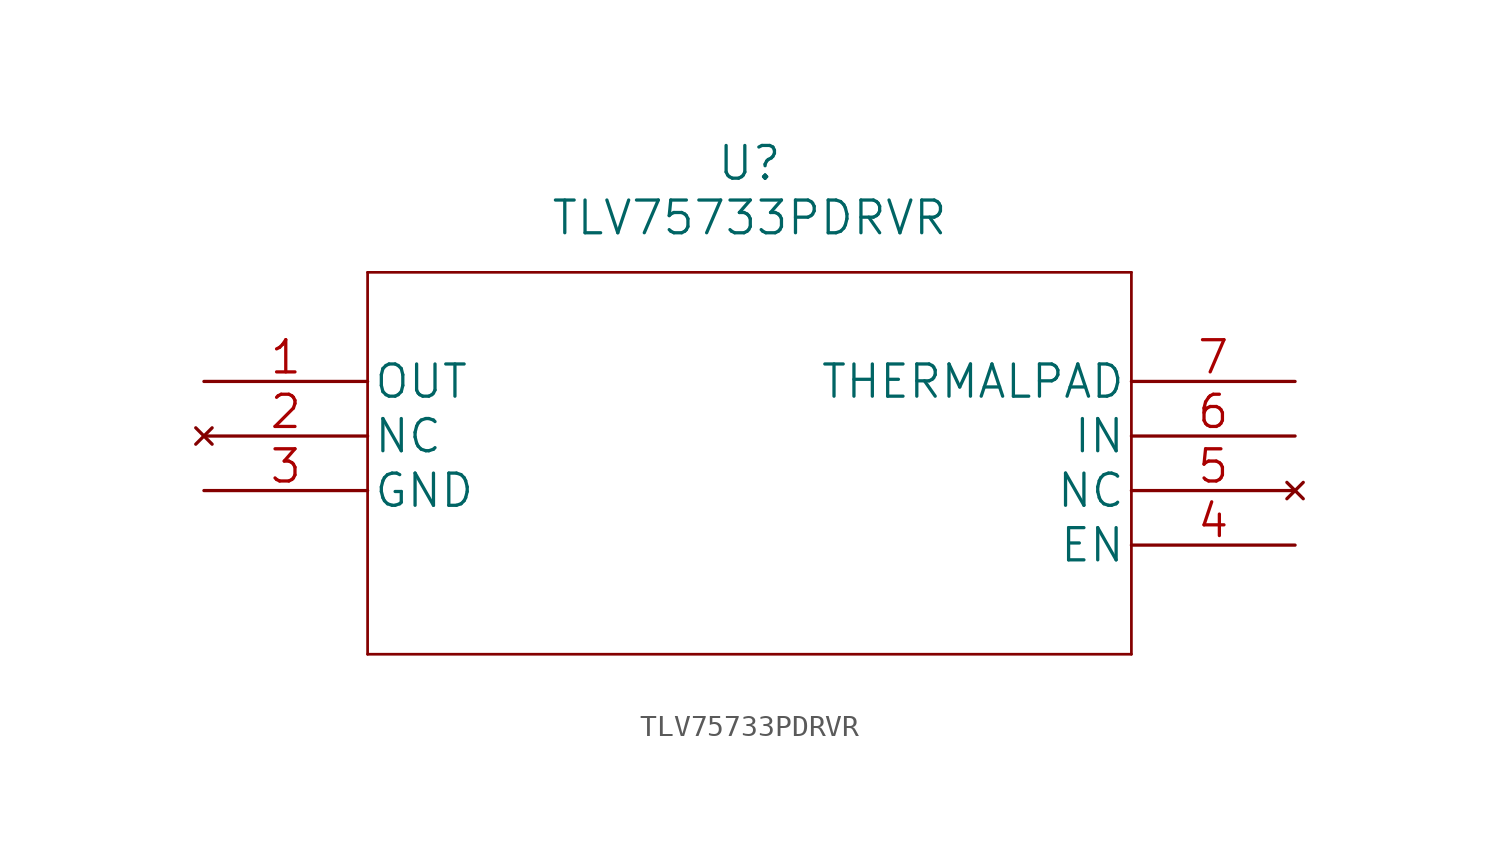
<source format=kicad_sym>
(kicad_symbol_lib
  (version 20220914)
  (generator kicad_symbol_editor)
  (symbol "TLV75733PDRVR"
    (pin_names
      (offset 0.254))
    (property "Reference" "U"
      (at 25.4 10.16 0)
      (effects (font (size 1.524 1.524))))
    (property "Value" "TLV75733PDRVR"
      (at 25.4 7.62 0)
      (effects (font (size 1.524 1.524))))
    (property "Datasheet" ""
      (at 0 0 0)
      (effects (font (size 1.524 1.524))))
    (property "ki_locked" ""
      (at 0 0 0)
      (effects (font (size 1.27 1.27))))
    (symbol "TLV75733PDRVR_1_1"
      (polyline (pts (xy 7.62 -12.7) (xy 43.18 -12.7)) (stroke (width 0.127) (type solid)) (fill (type none)))
      (polyline (pts (xy 7.62 5.08) (xy 7.62 -12.7)) (stroke (width 0.127) (type solid)) (fill (type none)))
      (polyline (pts (xy 43.18 -12.7) (xy 43.18 5.08)) (stroke (width 0.127) (type solid)) (fill (type none)))
      (polyline (pts (xy 43.18 5.08) (xy 7.62 5.08)) (stroke (width 0.127) (type solid)) (fill (type none)))
      (pin output line (at 0 0 0) (length 7.62) (name "OUT" (effects (font (size 1.499 1.499)))) (number "1" (effects (font (size 1.499 1.499)))))
      (pin no_connect line (at 0 -2.54 0) (length 7.62) (name "NC" (effects (font (size 1.499 1.499)))) (number "2" (effects (font (size 1.499 1.499)))))
      (pin power_in line (at 0 -5.08 0) (length 7.62) (name "GND" (effects (font (size 1.499 1.499)))) (number "3" (effects (font (size 1.499 1.499)))))
      (pin unspecified line (at 50.8 -7.62 180) (length 7.62) (name "EN" (effects (font (size 1.499 1.499)))) (number "4" (effects (font (size 1.499 1.499)))))
      (pin no_connect line (at 50.8 -5.08 180) (length 7.62) (name "NC" (effects (font (size 1.499 1.499)))) (number "5" (effects (font (size 1.499 1.499)))))
      (pin unspecified line (at 50.8 -2.54 180) (length 7.62) (name "IN" (effects (font (size 1.499 1.499)))) (number "6" (effects (font (size 1.499 1.499)))))
      (pin unspecified line (at 50.8 0 180) (length 7.62) (name "THERMALPAD" (effects (font (size 1.499 1.499)))) (number "7" (effects (font (size 1.499 1.499))))))))
</source>
